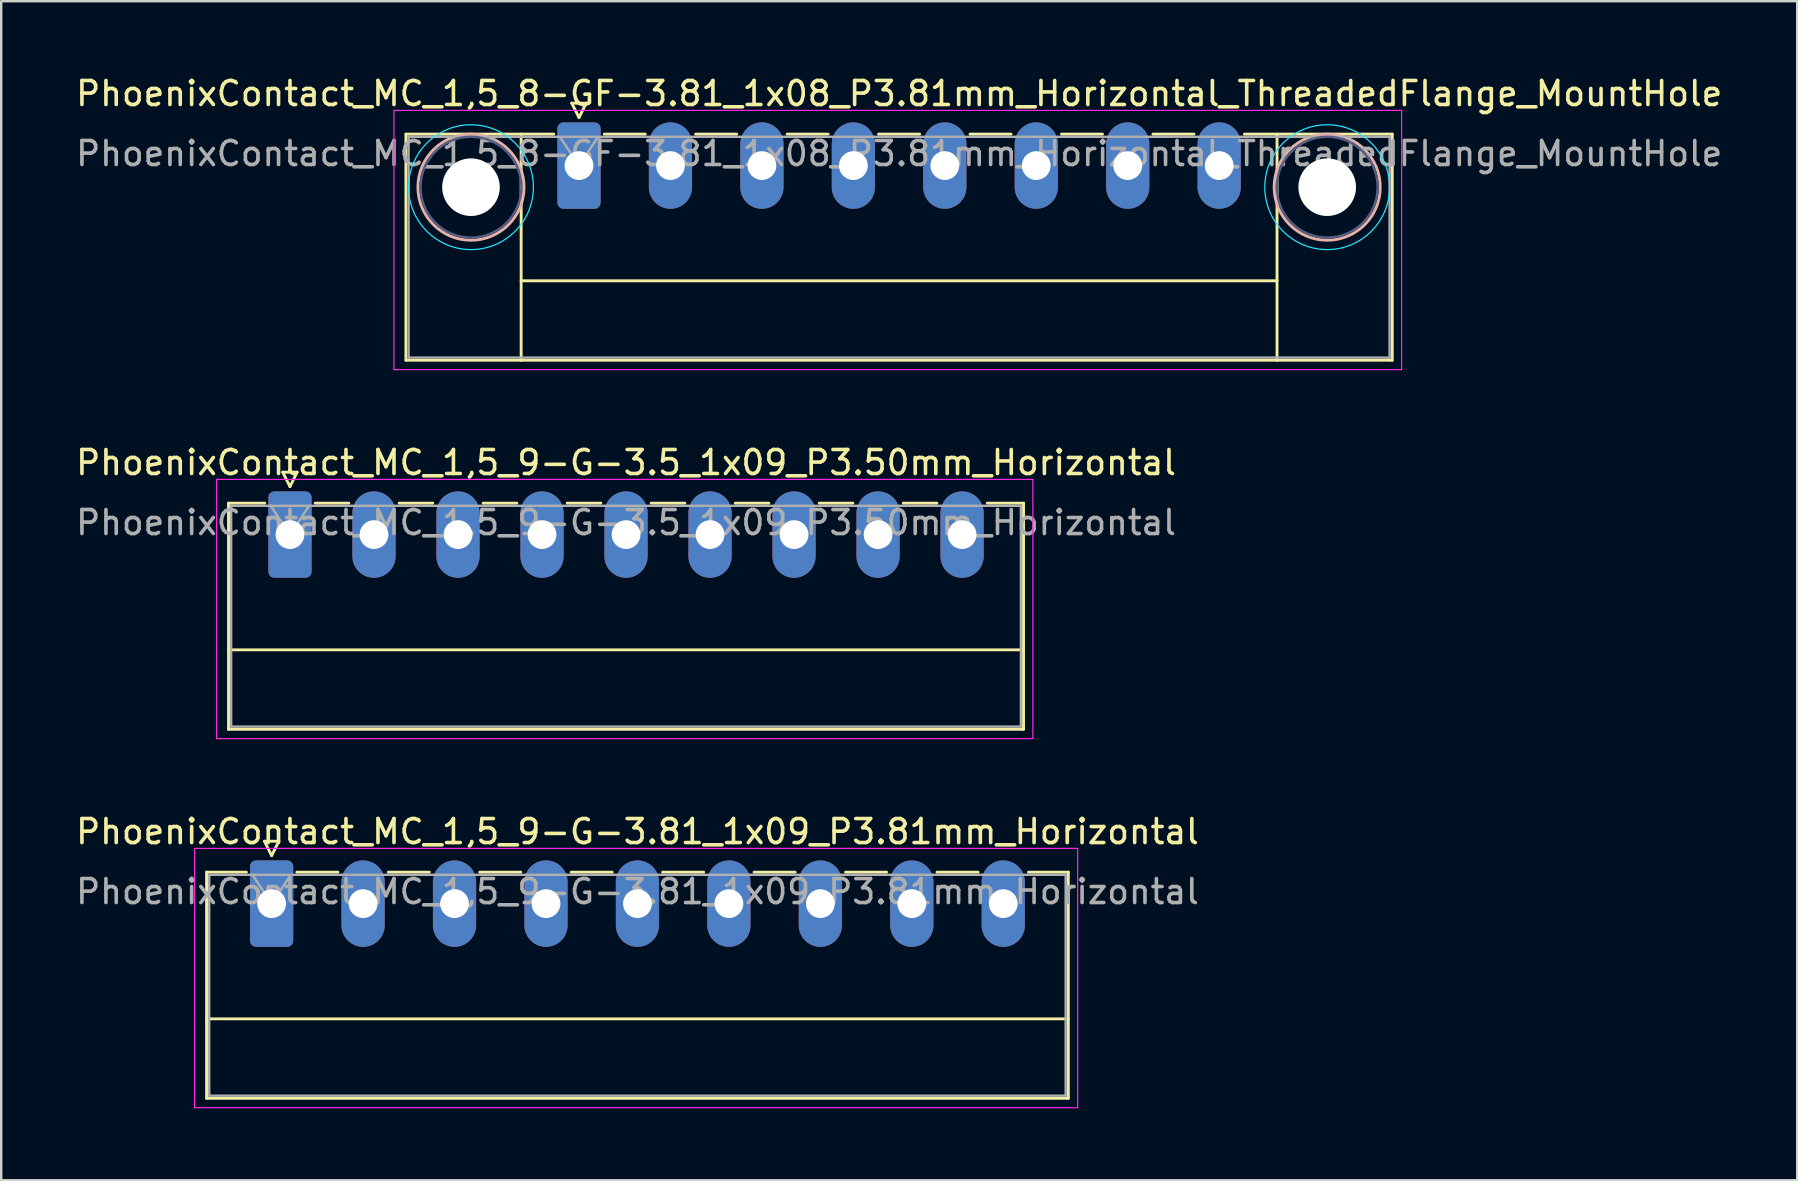
<source format=kicad_pcb>
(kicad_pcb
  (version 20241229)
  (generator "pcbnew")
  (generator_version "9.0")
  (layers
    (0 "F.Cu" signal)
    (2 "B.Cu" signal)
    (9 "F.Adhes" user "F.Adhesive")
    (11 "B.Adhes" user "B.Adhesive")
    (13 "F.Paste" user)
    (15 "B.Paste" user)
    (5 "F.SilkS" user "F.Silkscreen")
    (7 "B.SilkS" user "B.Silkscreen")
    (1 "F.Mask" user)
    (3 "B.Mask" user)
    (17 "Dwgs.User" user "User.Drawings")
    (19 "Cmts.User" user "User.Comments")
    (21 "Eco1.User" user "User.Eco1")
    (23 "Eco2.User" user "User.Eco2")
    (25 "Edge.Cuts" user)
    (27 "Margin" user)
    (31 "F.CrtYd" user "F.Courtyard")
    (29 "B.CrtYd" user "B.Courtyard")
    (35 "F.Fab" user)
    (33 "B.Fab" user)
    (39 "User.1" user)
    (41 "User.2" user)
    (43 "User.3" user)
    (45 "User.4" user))
  (footprint "PhoenixContact_MC_1,5_8-GF-3.81_1x08_P3.81mm_Horizontal_ThreadedFlange_MountHole"
    (layer "F.Cu")
    (at 21.071 3.848)
    (property "Reference" "PhoenixContact_MC_1,5_8-GF-3.81_1x08_P3.81mm_Horizontal_ThreadedFlange_MountHole" (at 13.34 -3 0) (layer "F.SilkS") (effects (font (size 1 1) (thickness 0.15))))
    (attr through_hole)
    (fp_line (start -7.21 -1.31) (end -7.21 8.11) (stroke (width 0.12) (type solid)) (layer "F.SilkS"))
    (fp_line (start -7.21 -1.31) (end -1.05 -1.31) (stroke (width 0.12) (type solid)) (layer "F.SilkS"))
    (fp_line (start -7.21 8.11) (end 33.88 8.11) (stroke (width 0.12) (type solid)) (layer "F.SilkS"))
    (fp_line (start -2.41 -1.31) (end -2.41 8.11) (stroke (width 0.12) (type solid)) (layer "F.SilkS"))
    (fp_line (start -2.41 4.8) (end 29.08 4.8) (stroke (width 0.12) (type solid)) (layer "F.SilkS"))
    (fp_line (start -0.3 -2.6) (end 0.3 -2.6) (stroke (width 0.12) (type solid)) (layer "F.SilkS"))
    (fp_line (start 0 -2) (end -0.3 -2.6) (stroke (width 0.12) (type solid)) (layer "F.SilkS"))
    (fp_line (start 0.3 -2.6) (end 0 -2) (stroke (width 0.12) (type solid)) (layer "F.SilkS"))
    (fp_line (start 1.05 -1.31) (end 2.76 -1.31) (stroke (width 0.12) (type solid)) (layer "F.SilkS"))
    (fp_line (start 4.86 -1.31) (end 6.57 -1.31) (stroke (width 0.12) (type solid)) (layer "F.SilkS"))
    (fp_line (start 8.67 -1.31) (end 10.38 -1.31) (stroke (width 0.12) (type solid)) (layer "F.SilkS"))
    (fp_line (start 12.48 -1.31) (end 14.19 -1.31) (stroke (width 0.12) (type solid)) (layer "F.SilkS"))
    (fp_line (start 16.29 -1.31) (end 18 -1.31) (stroke (width 0.12) (type solid)) (layer "F.SilkS"))
    (fp_line (start 20.1 -1.31) (end 21.81 -1.31) (stroke (width 0.12) (type solid)) (layer "F.SilkS"))
    (fp_line (start 23.91 -1.31) (end 25.62 -1.31) (stroke (width 0.12) (type solid)) (layer "F.SilkS"))
    (fp_line (start 29.08 -1.31) (end 29.08 8.11) (stroke (width 0.12) (type solid)) (layer "F.SilkS"))
    (fp_line (start 33.88 -1.31) (end 27.72 -1.31) (stroke (width 0.12) (type solid)) (layer "F.SilkS"))
    (fp_line (start 33.88 8.11) (end 33.88 -1.31) (stroke (width 0.12) (type solid)) (layer "F.SilkS"))
    (fp_circle (center -4.5 0.9) (end -2.29 0.9) (stroke (width 0.12) (type solid)) (fill no) (layer "B.SilkS"))
    (fp_circle (center 31.17 0.9) (end 33.38 0.9) (stroke (width 0.12) (type solid)) (fill no) (layer "B.SilkS"))
    (fp_circle (center -4.5 0.9) (end -1.9 0.9) (stroke (width 0.05) (type solid)) (fill no) (layer "B.CrtYd"))
    (fp_circle (center 31.17 0.9) (end 33.77 0.9) (stroke (width 0.05) (type solid)) (fill no) (layer "B.CrtYd"))
    (fp_line (start -7.71 -2.3) (end -7.71 8.5) (stroke (width 0.05) (type solid)) (layer "F.CrtYd"))
    (fp_line (start -7.71 8.5) (end 34.27 8.5) (stroke (width 0.05) (type solid)) (layer "F.CrtYd"))
    (fp_line (start 34.27 -2.3) (end -7.71 -2.3) (stroke (width 0.05) (type solid)) (layer "F.CrtYd"))
    (fp_line (start 34.27 8.5) (end 34.27 -2.3) (stroke (width 0.05) (type solid)) (layer "F.CrtYd"))
    (fp_circle (center -4.5 0.9) (end -2.4 0.9) (stroke (width 0.1) (type solid)) (fill no) (layer "B.Fab"))
    (fp_circle (center 31.17 0.9) (end 33.27 0.9) (stroke (width 0.1) (type solid)) (fill no) (layer "B.Fab"))
    (fp_line (start -7.1 -1.2) (end -7.1 8) (stroke (width 0.1) (type solid)) (layer "F.Fab"))
    (fp_line (start -7.1 8) (end 33.77 8) (stroke (width 0.1) (type solid)) (layer "F.Fab"))
    (fp_line (start 0 0) (end -0.8 -1.2) (stroke (width 0.1) (type solid)) (layer "F.Fab"))
    (fp_line (start 0.8 -1.2) (end 0 0) (stroke (width 0.1) (type solid)) (layer "F.Fab"))
    (fp_line (start 33.77 -1.2) (end -7.1 -1.2) (stroke (width 0.1) (type solid)) (layer "F.Fab"))
    (fp_line (start 33.77 8) (end 33.77 -1.2) (stroke (width 0.1) (type solid)) (layer "F.Fab"))
    (fp_text user "${REFERENCE}" (at 13.34 -0.5 0) (layer "F.Fab") (effects (font (size 1 1) (thickness 0.15))))
    (pad "" np_thru_hole circle (at -4.5 0.9) (size 2.4 2.4) (drill 2.4) (layers "*.Cu" "*.Mask"))
    (pad "" np_thru_hole circle (at 31.17 0.9) (size 2.4 2.4) (drill 2.4) (layers "*.Cu" "*.Mask"))
    (pad "1" thru_hole roundrect (at 0 0) (size 1.8 3.6) (drill 1.2) (layers "*.Cu" "*.Mask") (roundrect_rratio 0.139))
    (pad "2" thru_hole oval (at 3.81 0) (size 1.8 3.6) (drill 1.2) (layers "*.Cu" "*.Mask"))
    (pad "3" thru_hole oval (at 7.62 0) (size 1.8 3.6) (drill 1.2) (layers "*.Cu" "*.Mask"))
    (pad "4" thru_hole oval (at 11.43 0) (size 1.8 3.6) (drill 1.2) (layers "*.Cu" "*.Mask"))
    (pad "5" thru_hole oval (at 15.24 0) (size 1.8 3.6) (drill 1.2) (layers "*.Cu" "*.Mask"))
    (pad "6" thru_hole oval (at 19.05 0) (size 1.8 3.6) (drill 1.2) (layers "*.Cu" "*.Mask"))
    (pad "7" thru_hole oval (at 22.86 0) (size 1.8 3.6) (drill 1.2) (layers "*.Cu" "*.Mask"))
    (pad "8" thru_hole oval (at 26.67 0) (size 1.8 3.6) (drill 1.2) (layers "*.Cu" "*.Mask")))
  (footprint "PhoenixContact_MC_1,5_9-G-3.81_1x09_P3.81mm_Horizontal"
    (layer "F.Cu")
    (at 8.266 34.595)
    (property "Reference" "PhoenixContact_MC_1,5_9-G-3.81_1x09_P3.81mm_Horizontal" (at 15.24 -3 0) (layer "F.SilkS") (effects (font (size 1 1) (thickness 0.15))))
    (attr through_hole)
    (fp_line (start -2.71 -1.31) (end -2.71 8.11) (stroke (width 0.12) (type solid)) (layer "F.SilkS"))
    (fp_line (start -2.71 -1.31) (end -1.05 -1.31) (stroke (width 0.12) (type solid)) (layer "F.SilkS"))
    (fp_line (start -2.71 4.8) (end 33.19 4.8) (stroke (width 0.12) (type solid)) (layer "F.SilkS"))
    (fp_line (start -2.71 8.11) (end 33.19 8.11) (stroke (width 0.12) (type solid)) (layer "F.SilkS"))
    (fp_line (start -0.3 -2.6) (end 0.3 -2.6) (stroke (width 0.12) (type solid)) (layer "F.SilkS"))
    (fp_line (start 0 -2) (end -0.3 -2.6) (stroke (width 0.12) (type solid)) (layer "F.SilkS"))
    (fp_line (start 0.3 -2.6) (end 0 -2) (stroke (width 0.12) (type solid)) (layer "F.SilkS"))
    (fp_line (start 1.05 -1.31) (end 2.76 -1.31) (stroke (width 0.12) (type solid)) (layer "F.SilkS"))
    (fp_line (start 4.86 -1.31) (end 6.57 -1.31) (stroke (width 0.12) (type solid)) (layer "F.SilkS"))
    (fp_line (start 8.67 -1.31) (end 10.38 -1.31) (stroke (width 0.12) (type solid)) (layer "F.SilkS"))
    (fp_line (start 12.48 -1.31) (end 14.19 -1.31) (stroke (width 0.12) (type solid)) (layer "F.SilkS"))
    (fp_line (start 16.29 -1.31) (end 18 -1.31) (stroke (width 0.12) (type solid)) (layer "F.SilkS"))
    (fp_line (start 20.1 -1.31) (end 21.81 -1.31) (stroke (width 0.12) (type solid)) (layer "F.SilkS"))
    (fp_line (start 23.91 -1.31) (end 25.62 -1.31) (stroke (width 0.12) (type solid)) (layer "F.SilkS"))
    (fp_line (start 27.72 -1.31) (end 29.43 -1.31) (stroke (width 0.12) (type solid)) (layer "F.SilkS"))
    (fp_line (start 33.19 -1.31) (end 31.53 -1.31) (stroke (width 0.12) (type solid)) (layer "F.SilkS"))
    (fp_line (start 33.19 8.11) (end 33.19 -1.31) (stroke (width 0.12) (type solid)) (layer "F.SilkS"))
    (fp_line (start -3.21 -2.3) (end -3.21 8.5) (stroke (width 0.05) (type solid)) (layer "F.CrtYd"))
    (fp_line (start -3.21 8.5) (end 33.58 8.5) (stroke (width 0.05) (type solid)) (layer "F.CrtYd"))
    (fp_line (start 33.58 -2.3) (end -3.21 -2.3) (stroke (width 0.05) (type solid)) (layer "F.CrtYd"))
    (fp_line (start 33.58 8.5) (end 33.58 -2.3) (stroke (width 0.05) (type solid)) (layer "F.CrtYd"))
    (fp_line (start -2.6 -1.2) (end -2.6 8) (stroke (width 0.1) (type solid)) (layer "F.Fab"))
    (fp_line (start -2.6 8) (end 33.08 8) (stroke (width 0.1) (type solid)) (layer "F.Fab"))
    (fp_line (start 0 0) (end -0.8 -1.2) (stroke (width 0.1) (type solid)) (layer "F.Fab"))
    (fp_line (start 0.8 -1.2) (end 0 0) (stroke (width 0.1) (type solid)) (layer "F.Fab"))
    (fp_line (start 33.08 -1.2) (end -2.6 -1.2) (stroke (width 0.1) (type solid)) (layer "F.Fab"))
    (fp_line (start 33.08 8) (end 33.08 -1.2) (stroke (width 0.1) (type solid)) (layer "F.Fab"))
    (fp_text user "${REFERENCE}" (at 15.24 -0.5 0) (layer "F.Fab") (effects (font (size 1 1) (thickness 0.15))))
    (pad "1" thru_hole roundrect (at 0 0) (size 1.8 3.6) (drill 1.2) (layers "*.Cu" "*.Mask") (roundrect_rratio 0.139))
    (pad "2" thru_hole oval (at 3.81 0) (size 1.8 3.6) (drill 1.2) (layers "*.Cu" "*.Mask"))
    (pad "3" thru_hole oval (at 7.62 0) (size 1.8 3.6) (drill 1.2) (layers "*.Cu" "*.Mask"))
    (pad "4" thru_hole oval (at 11.43 0) (size 1.8 3.6) (drill 1.2) (layers "*.Cu" "*.Mask"))
    (pad "5" thru_hole oval (at 15.24 0) (size 1.8 3.6) (drill 1.2) (layers "*.Cu" "*.Mask"))
    (pad "6" thru_hole oval (at 19.05 0) (size 1.8 3.6) (drill 1.2) (layers "*.Cu" "*.Mask"))
    (pad "7" thru_hole oval (at 22.86 0) (size 1.8 3.6) (drill 1.2) (layers "*.Cu" "*.Mask"))
    (pad "8" thru_hole oval (at 26.67 0) (size 1.8 3.6) (drill 1.2) (layers "*.Cu" "*.Mask"))
    (pad "9" thru_hole oval (at 30.48 0) (size 1.8 3.6) (drill 1.2) (layers "*.Cu" "*.Mask")))
  (footprint "PhoenixContact_MC_1,5_9-G-3.5_1x09_P3.50mm_Horizontal"
    (layer "F.Cu")
    (at 9.03 19.221)
    (property "Reference" "PhoenixContact_MC_1,5_9-G-3.5_1x09_P3.50mm_Horizontal" (at 14 -3 0) (layer "F.SilkS") (effects (font (size 1 1) (thickness 0.15))))
    (attr through_hole)
    (fp_line (start -2.56 -1.31) (end -2.56 8.11) (stroke (width 0.12) (type solid)) (layer "F.SilkS"))
    (fp_line (start -2.56 -1.31) (end -1.05 -1.31) (stroke (width 0.12) (type solid)) (layer "F.SilkS"))
    (fp_line (start -2.56 4.8) (end 30.56 4.8) (stroke (width 0.12) (type solid)) (layer "F.SilkS"))
    (fp_line (start -2.56 8.11) (end 30.56 8.11) (stroke (width 0.12) (type solid)) (layer "F.SilkS"))
    (fp_line (start -0.3 -2.6) (end 0.3 -2.6) (stroke (width 0.12) (type solid)) (layer "F.SilkS"))
    (fp_line (start 0 -2) (end -0.3 -2.6) (stroke (width 0.12) (type solid)) (layer "F.SilkS"))
    (fp_line (start 0.3 -2.6) (end 0 -2) (stroke (width 0.12) (type solid)) (layer "F.SilkS"))
    (fp_line (start 1.05 -1.31) (end 2.45 -1.31) (stroke (width 0.12) (type solid)) (layer "F.SilkS"))
    (fp_line (start 4.55 -1.31) (end 5.95 -1.31) (stroke (width 0.12) (type solid)) (layer "F.SilkS"))
    (fp_line (start 8.05 -1.31) (end 9.45 -1.31) (stroke (width 0.12) (type solid)) (layer "F.SilkS"))
    (fp_line (start 11.55 -1.31) (end 12.95 -1.31) (stroke (width 0.12) (type solid)) (layer "F.SilkS"))
    (fp_line (start 15.05 -1.31) (end 16.45 -1.31) (stroke (width 0.12) (type solid)) (layer "F.SilkS"))
    (fp_line (start 18.55 -1.31) (end 19.95 -1.31) (stroke (width 0.12) (type solid)) (layer "F.SilkS"))
    (fp_line (start 22.05 -1.31) (end 23.45 -1.31) (stroke (width 0.12) (type solid)) (layer "F.SilkS"))
    (fp_line (start 25.55 -1.31) (end 26.95 -1.31) (stroke (width 0.12) (type solid)) (layer "F.SilkS"))
    (fp_line (start 30.56 -1.31) (end 29.05 -1.31) (stroke (width 0.12) (type solid)) (layer "F.SilkS"))
    (fp_line (start 30.56 8.11) (end 30.56 -1.31) (stroke (width 0.12) (type solid)) (layer "F.SilkS"))
    (fp_line (start -3.06 -2.3) (end -3.06 8.5) (stroke (width 0.05) (type solid)) (layer "F.CrtYd"))
    (fp_line (start -3.06 8.5) (end 30.95 8.5) (stroke (width 0.05) (type solid)) (layer "F.CrtYd"))
    (fp_line (start 30.95 -2.3) (end -3.06 -2.3) (stroke (width 0.05) (type solid)) (layer "F.CrtYd"))
    (fp_line (start 30.95 8.5) (end 30.95 -2.3) (stroke (width 0.05) (type solid)) (layer "F.CrtYd"))
    (fp_line (start -2.45 -1.2) (end -2.45 8) (stroke (width 0.1) (type solid)) (layer "F.Fab"))
    (fp_line (start -2.45 8) (end 30.45 8) (stroke (width 0.1) (type solid)) (layer "F.Fab"))
    (fp_line (start 0 0) (end -0.8 -1.2) (stroke (width 0.1) (type solid)) (layer "F.Fab"))
    (fp_line (start 0.8 -1.2) (end 0 0) (stroke (width 0.1) (type solid)) (layer "F.Fab"))
    (fp_line (start 30.45 -1.2) (end -2.45 -1.2) (stroke (width 0.1) (type solid)) (layer "F.Fab"))
    (fp_line (start 30.45 8) (end 30.45 -1.2) (stroke (width 0.1) (type solid)) (layer "F.Fab"))
    (fp_text user "${REFERENCE}" (at 14 -0.5 0) (layer "F.Fab") (effects (font (size 1 1) (thickness 0.15))))
    (pad "1" thru_hole roundrect (at 0 0) (size 1.8 3.6) (drill 1.2) (layers "*.Cu" "*.Mask") (roundrect_rratio 0.139))
    (pad "2" thru_hole oval (at 3.5 0) (size 1.8 3.6) (drill 1.2) (layers "*.Cu" "*.Mask"))
    (pad "3" thru_hole oval (at 7 0) (size 1.8 3.6) (drill 1.2) (layers "*.Cu" "*.Mask"))
    (pad "4" thru_hole oval (at 10.5 0) (size 1.8 3.6) (drill 1.2) (layers "*.Cu" "*.Mask"))
    (pad "5" thru_hole oval (at 14 0) (size 1.8 3.6) (drill 1.2) (layers "*.Cu" "*.Mask"))
    (pad "6" thru_hole oval (at 17.5 0) (size 1.8 3.6) (drill 1.2) (layers "*.Cu" "*.Mask"))
    (pad "7" thru_hole oval (at 21 0) (size 1.8 3.6) (drill 1.2) (layers "*.Cu" "*.Mask"))
    (pad "8" thru_hole oval (at 24.5 0) (size 1.8 3.6) (drill 1.2) (layers "*.Cu" "*.Mask"))
    (pad "9" thru_hole oval (at 28 0) (size 1.8 3.6) (drill 1.2) (layers "*.Cu" "*.Mask")))
  (gr_rect
    (start -3 -3)
    (end 71.821 46.12)
    (stroke (width 0.1) (type default))
    (fill no)
    (layer "Edge.Cuts")))
</source>
